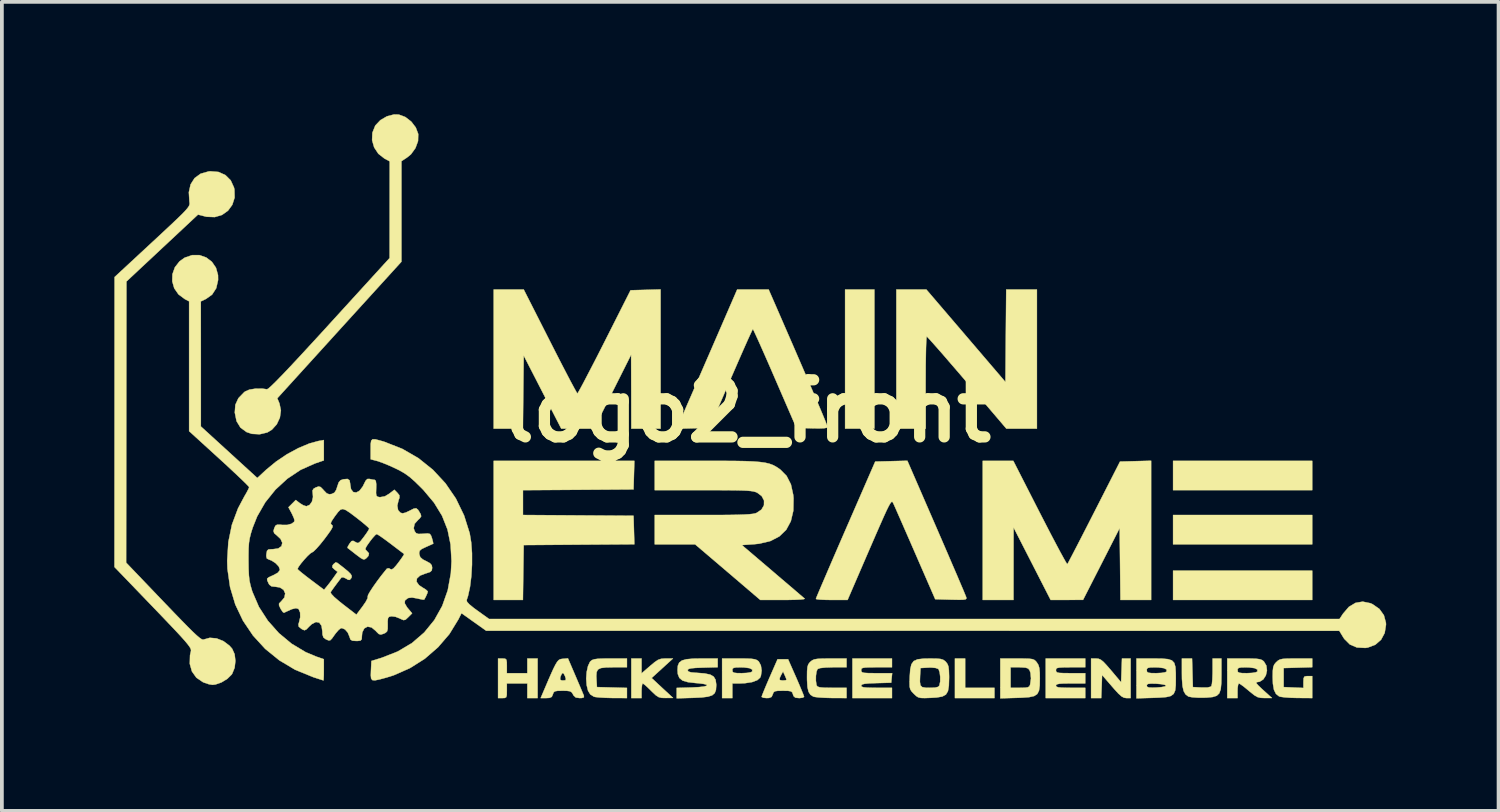
<source format=kicad_pcb>
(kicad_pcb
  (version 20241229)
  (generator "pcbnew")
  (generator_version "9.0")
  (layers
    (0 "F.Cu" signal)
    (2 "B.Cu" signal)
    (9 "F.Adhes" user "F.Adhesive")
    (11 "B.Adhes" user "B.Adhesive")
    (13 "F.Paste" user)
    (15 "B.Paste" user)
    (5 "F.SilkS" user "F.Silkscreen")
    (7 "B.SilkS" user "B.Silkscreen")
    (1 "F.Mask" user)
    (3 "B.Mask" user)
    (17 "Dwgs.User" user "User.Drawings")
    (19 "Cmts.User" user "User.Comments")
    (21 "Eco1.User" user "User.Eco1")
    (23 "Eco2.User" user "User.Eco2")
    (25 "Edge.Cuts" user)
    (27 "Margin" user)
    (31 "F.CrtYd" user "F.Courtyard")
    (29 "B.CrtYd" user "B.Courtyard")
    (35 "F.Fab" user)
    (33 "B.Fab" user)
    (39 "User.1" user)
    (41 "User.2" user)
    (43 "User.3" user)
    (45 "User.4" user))
  (footprint "logo2_front"
    (layer "F.Cu")
    (at 16.885 7.92)
    (property "Reference" "logo2_front" (at 0 0 0) (layer "F.SilkS") (effects (font (size 1.524 1.524) (thickness 0.3))))
    (attr through_hole)
    (fp_poly (pts (xy 3.4 0.469) (xy 2.618 0.469) (xy 2.618 -3.243) (xy 3.4 -3.243) (xy 3.4 0.469)) (stroke (width 0.01) (type solid)) (fill yes) (layer "F.SilkS"))
    (fp_poly (pts (xy 15.084 2.11) (xy 11.371 2.11) (xy 11.371 1.329) (xy 15.084 1.329) (xy 15.084 2.11)) (stroke (width 0.01) (type solid)) (fill yes) (layer "F.SilkS"))
    (fp_poly (pts (xy 15.084 3.556) (xy 11.371 3.556) (xy 11.371 2.774) (xy 15.084 2.774) (xy 15.084 3.556)) (stroke (width 0.01) (type solid)) (fill yes) (layer "F.SilkS"))
    (fp_poly (pts (xy 15.084 5.041) (xy 11.371 5.041) (xy 11.371 4.259) (xy 15.084 4.259) (xy 15.084 5.041)) (stroke (width 0.01) (type solid)) (fill yes) (layer "F.SilkS"))
    (fp_poly (pts (xy 5.822 7.386) (xy 6.604 7.386) (xy 6.604 7.659) (xy 5.549 7.659) (xy 5.549 6.604) (xy 5.822 6.604) (xy 5.822 7.386)) (stroke (width 0.01) (type solid)) (fill yes) (layer "F.SilkS"))
    (fp_poly (pts (xy -3.028 2.091) (xy -5.979 2.111) (xy -5.979 2.774) (xy -4.504 2.784) (xy -3.028 2.794) (xy -3.017 3.175) (xy -3.006 3.555) (xy -4.483 3.565) (xy -5.959 3.576) (xy -5.97 4.308) (xy -5.98 5.041) (xy -6.76 5.041) (xy -6.76 1.329) (xy -3.006 1.329) (xy -3.028 2.091)) (stroke (width 0.01) (type solid)) (fill yes) (layer "F.SilkS"))
    (fp_poly (pts (xy -6.456 6.608) (xy -6.422 6.635) (xy -6.41 6.703) (xy -6.409 6.799) (xy -6.409 6.995) (xy -5.862 6.995) (xy -5.862 6.604) (xy -5.588 6.604) (xy -5.588 7.659) (xy -5.862 7.659) (xy -5.862 7.268) (xy -6.409 7.268) (xy -6.409 7.464) (xy -6.411 7.579) (xy -6.427 7.637) (xy -6.468 7.657) (xy -6.526 7.659) (xy -6.643 7.659) (xy -6.643 6.604) (xy -6.526 6.604) (xy -6.456 6.608)) (stroke (width 0.01) (type solid)) (fill yes) (layer "F.SilkS"))
    (fp_poly (pts (xy 9.381 6.61) (xy 9.442 6.636) (xy 9.511 6.691) (xy 9.602 6.788) (xy 9.717 6.921) (xy 9.984 7.238) (xy 9.996 6.921) (xy 10.007 6.604) (xy 10.238 6.604) (xy 10.238 7.659) (xy 10.123 7.659) (xy 10.06 7.649) (xy 9.994 7.613) (xy 9.912 7.54) (xy 9.801 7.419) (xy 9.742 7.351) (xy 9.476 7.043) (xy 9.465 7.351) (xy 9.453 7.659) (xy 9.183 7.659) (xy 9.183 6.604) (xy 9.316 6.604) (xy 9.381 6.61)) (stroke (width 0.01) (type solid)) (fill yes) (layer "F.SilkS"))
    (fp_poly (pts (xy 7.737 0.469) (xy 6.922 0.469) (xy 5.874 -0.76) (xy 5.648 -1.024) (xy 5.437 -1.268) (xy 5.248 -1.488) (xy 5.084 -1.675) (xy 4.952 -1.824) (xy 4.857 -1.929) (xy 4.805 -1.984) (xy 4.797 -1.99) (xy 4.79 -1.954) (xy 4.783 -1.848) (xy 4.777 -1.682) (xy 4.773 -1.467) (xy 4.769 -1.21) (xy 4.768 -0.922) (xy 4.767 -0.762) (xy 4.767 0.469) (xy 3.986 0.469) (xy 3.986 -3.243) (xy 4.386 -3.243) (xy 4.787 -3.243) (xy 5.842 -2.01) (xy 6.897 -0.776) (xy 6.907 -2.01) (xy 6.918 -3.243) (xy 7.737 -3.243) (xy 7.737 0.469)) (stroke (width 0.01) (type solid)) (fill yes) (layer "F.SilkS"))
    (fp_poly (pts (xy -2.814 7) (xy -2.586 6.802) (xy -2.463 6.7) (xy -2.374 6.64) (xy -2.292 6.612) (xy -2.195 6.604) (xy -2.167 6.604) (xy -1.976 6.604) (xy -2.261 6.864) (xy -2.546 7.124) (xy -2.26 7.39) (xy -1.973 7.655) (xy -2.17 7.657) (xy -2.278 7.654) (xy -2.357 7.634) (xy -2.433 7.585) (xy -2.53 7.494) (xy -2.56 7.464) (xy -2.659 7.367) (xy -2.739 7.297) (xy -2.782 7.268) (xy -2.783 7.268) (xy -2.8 7.303) (xy -2.811 7.393) (xy -2.814 7.464) (xy -2.814 7.659) (xy -3.087 7.659) (xy -3.087 6.604) (xy -2.814 6.604) (xy -2.814 7)) (stroke (width 0.01) (type solid)) (fill yes) (layer "F.SilkS"))
    (fp_poly (pts (xy -3.204 6.838) (xy -3.571 6.838) (xy -3.767 6.842) (xy -3.898 6.858) (xy -3.976 6.896) (xy -4.013 6.965) (xy -4.021 7.073) (xy -4.017 7.158) (xy -4.005 7.366) (xy -3.605 7.377) (xy -3.204 7.388) (xy -3.204 7.659) (xy -3.605 7.657) (xy -3.782 7.652) (xy -3.936 7.643) (xy -4.047 7.631) (xy -4.085 7.622) (xy -4.181 7.562) (xy -4.241 7.466) (xy -4.278 7.316) (xy -4.291 7.141) (xy -4.278 6.963) (xy -4.243 6.805) (xy -4.191 6.694) (xy -4.177 6.678) (xy -4.135 6.645) (xy -4.075 6.624) (xy -3.983 6.611) (xy -3.843 6.605) (xy -3.654 6.604) (xy -3.204 6.604) (xy -3.204 6.838)) (stroke (width 0.01) (type solid)) (fill yes) (layer "F.SilkS"))
    (fp_poly (pts (xy 11.888 6.985) (xy 11.899 7.366) (xy 12.13 7.378) (xy 12.287 7.378) (xy 12.375 7.356) (xy 12.393 7.339) (xy 12.408 7.278) (xy 12.419 7.161) (xy 12.425 7.009) (xy 12.426 6.946) (xy 12.426 6.604) (xy 12.661 6.604) (xy 12.661 7.03) (xy 12.658 7.259) (xy 12.642 7.423) (xy 12.604 7.532) (xy 12.536 7.597) (xy 12.429 7.631) (xy 12.273 7.646) (xy 12.186 7.649) (xy 12.024 7.648) (xy 11.883 7.638) (xy 11.79 7.621) (xy 11.776 7.615) (xy 11.703 7.56) (xy 11.653 7.472) (xy 11.623 7.339) (xy 11.608 7.15) (xy 11.606 6.993) (xy 11.606 6.604) (xy 11.877 6.604) (xy 11.888 6.985)) (stroke (width 0.01) (type solid)) (fill yes) (layer "F.SilkS"))
    (fp_poly (pts (xy 9.027 6.838) (xy 8.636 6.838) (xy 8.458 6.84) (xy 8.344 6.845) (xy 8.28 6.857) (xy 8.252 6.878) (xy 8.245 6.912) (xy 8.245 6.917) (xy 8.251 6.952) (xy 8.276 6.975) (xy 8.336 6.988) (xy 8.444 6.993) (xy 8.615 6.995) (xy 8.636 6.995) (xy 9.027 6.995) (xy 9.027 7.268) (xy 8.636 7.268) (xy 8.454 7.27) (xy 8.337 7.277) (xy 8.272 7.292) (xy 8.247 7.315) (xy 8.245 7.327) (xy 8.258 7.354) (xy 8.305 7.372) (xy 8.4 7.381) (xy 8.555 7.385) (xy 8.636 7.386) (xy 9.027 7.386) (xy 9.027 7.659) (xy 7.972 7.659) (xy 7.972 6.604) (xy 9.027 6.604) (xy 9.027 6.838)) (stroke (width 0.01) (type solid)) (fill yes) (layer "F.SilkS"))
    (fp_poly (pts (xy -2.306 0.469) (xy -3.087 0.469) (xy -3.089 -0.518) (xy -3.092 -1.504) (xy -3.587 -0.518) (xy -4.083 0.469) (xy -4.957 0.469) (xy -5.959 -1.481) (xy -5.97 -0.506) (xy -5.98 0.469) (xy -6.76 0.469) (xy -6.76 -3.243) (xy -5.958 -3.243) (xy -5.255 -1.857) (xy -5.101 -1.554) (xy -4.957 -1.273) (xy -4.827 -1.023) (xy -4.716 -0.81) (xy -4.626 -0.643) (xy -4.563 -0.528) (xy -4.53 -0.473) (xy -4.526 -0.47) (xy -4.503 -0.503) (xy -4.449 -0.599) (xy -4.368 -0.75) (xy -4.264 -0.949) (xy -4.14 -1.187) (xy -4 -1.458) (xy -3.849 -1.755) (xy -3.803 -1.846) (xy -3.107 -3.224) (xy -2.706 -3.235) (xy -2.306 -3.246) (xy -2.306 0.469)) (stroke (width 0.01) (type solid)) (fill yes) (layer "F.SilkS"))
    (fp_poly (pts (xy 3.869 6.838) (xy 3.458 6.838) (xy 3.275 6.839) (xy 3.157 6.844) (xy 3.088 6.855) (xy 3.057 6.875) (xy 3.048 6.907) (xy 3.048 6.917) (xy 3.053 6.951) (xy 3.078 6.974) (xy 3.135 6.987) (xy 3.24 6.993) (xy 3.406 6.995) (xy 3.461 6.995) (xy 3.874 6.995) (xy 3.861 7.122) (xy 3.849 7.249) (xy 3.449 7.26) (xy 3.262 7.267) (xy 3.141 7.278) (xy 3.074 7.295) (xy 3.049 7.319) (xy 3.048 7.328) (xy 3.062 7.355) (xy 3.11 7.372) (xy 3.207 7.381) (xy 3.364 7.385) (xy 3.458 7.386) (xy 3.869 7.386) (xy 3.869 7.659) (xy 2.814 7.659) (xy 2.814 6.604) (xy 3.869 6.604) (xy 3.869 6.838)) (stroke (width 0.01) (type solid)) (fill yes) (layer "F.SilkS"))
    (fp_poly (pts (xy 10.785 5.041) (xy 9.966 5.041) (xy 9.956 4.082) (xy 9.945 3.124) (xy 9.457 4.081) (xy 8.968 5.039) (xy 8.536 5.04) (xy 8.104 5.041) (xy 7.609 4.074) (xy 7.114 3.107) (xy 7.112 5.041) (xy 6.291 5.041) (xy 6.291 1.329) (xy 7.107 1.329) (xy 7.816 2.719) (xy 7.972 3.021) (xy 8.116 3.3) (xy 8.247 3.548) (xy 8.358 3.757) (xy 8.448 3.921) (xy 8.511 4.033) (xy 8.545 4.084) (xy 8.548 4.086) (xy 8.571 4.048) (xy 8.624 3.947) (xy 8.705 3.792) (xy 8.81 3.59) (xy 8.934 3.349) (xy 9.074 3.076) (xy 9.225 2.78) (xy 9.263 2.706) (xy 9.955 1.348) (xy 10.785 1.326) (xy 10.785 5.041)) (stroke (width 0.01) (type solid)) (fill yes) (layer "F.SilkS"))
    (fp_poly (pts (xy 15.084 6.836) (xy 14.703 6.847) (xy 14.322 6.858) (xy 14.322 7.366) (xy 14.585 7.378) (xy 14.849 7.389) (xy 14.849 7.231) (xy 14.854 7.13) (xy 14.878 7.085) (xy 14.939 7.073) (xy 14.966 7.073) (xy 15.084 7.073) (xy 15.084 7.659) (xy 14.683 7.656) (xy 14.505 7.651) (xy 14.35 7.64) (xy 14.238 7.625) (xy 14.199 7.613) (xy 14.117 7.548) (xy 14.063 7.439) (xy 14.035 7.274) (xy 14.029 7.089) (xy 14.032 6.932) (xy 14.044 6.831) (xy 14.072 6.762) (xy 14.121 6.703) (xy 14.125 6.7) (xy 14.172 6.658) (xy 14.223 6.63) (xy 14.296 6.614) (xy 14.408 6.606) (xy 14.574 6.604) (xy 14.652 6.604) (xy 15.084 6.604) (xy 15.084 6.836)) (stroke (width 0.01) (type solid)) (fill yes) (layer "F.SilkS"))
    (fp_poly (pts (xy -0.017 6.605) (xy 0.119 6.611) (xy 0.208 6.624) (xy 0.266 6.646) (xy 0.309 6.679) (xy 0.313 6.682) (xy 0.37 6.787) (xy 0.391 6.926) (xy 0.371 7.065) (xy 0.351 7.113) (xy 0.275 7.181) (xy 0.136 7.233) (xy -0.051 7.262) (xy -0.186 7.268) (xy -0.391 7.268) (xy -0.391 7.659) (xy -0.664 7.659) (xy -0.664 6.917) (xy -0.391 6.917) (xy -0.383 6.959) (xy -0.347 6.983) (xy -0.267 6.993) (xy -0.139 6.995) (xy -0.001 6.988) (xy 0.1 6.971) (xy 0.139 6.951) (xy 0.14 6.898) (xy 0.067 6.861) (xy -0.075 6.842) (xy -0.166 6.839) (xy -0.294 6.842) (xy -0.361 6.855) (xy -0.388 6.885) (xy -0.391 6.917) (xy -0.664 6.917) (xy -0.664 6.604) (xy -0.215 6.604) (xy -0.017 6.605)) (stroke (width 0.01) (type solid)) (fill yes) (layer "F.SilkS"))
    (fp_poly (pts (xy 7.4 6.605) (xy 7.53 6.609) (xy 7.615 6.62) (xy 7.668 6.641) (xy 7.707 6.674) (xy 7.734 6.707) (xy 7.776 6.774) (xy 7.801 6.858) (xy 7.813 6.98) (xy 7.815 7.132) (xy 7.812 7.324) (xy 7.793 7.459) (xy 7.747 7.55) (xy 7.664 7.605) (xy 7.531 7.635) (xy 7.336 7.649) (xy 7.213 7.653) (xy 6.76 7.666) (xy 6.76 6.838) (xy 7.034 6.838) (xy 7.034 7.386) (xy 7.283 7.386) (xy 7.42 7.383) (xy 7.499 7.371) (xy 7.538 7.343) (xy 7.556 7.298) (xy 7.579 7.137) (xy 7.566 6.987) (xy 7.54 6.914) (xy 7.502 6.87) (xy 7.434 6.847) (xy 7.314 6.839) (xy 7.267 6.838) (xy 7.034 6.838) (xy 6.76 6.838) (xy 6.76 6.604) (xy 7.207 6.604) (xy 7.4 6.605)) (stroke (width 0.01) (type solid)) (fill yes) (layer "F.SilkS"))
    (fp_poly (pts (xy 2.657 6.838) (xy 2.294 6.838) (xy 2.094 6.844) (xy 1.955 6.859) (xy 1.885 6.884) (xy 1.884 6.885) (xy 1.855 6.953) (xy 1.839 7.067) (xy 1.838 7.194) (xy 1.853 7.302) (xy 1.86 7.324) (xy 1.885 7.353) (xy 1.941 7.372) (xy 2.044 7.382) (xy 2.205 7.385) (xy 2.271 7.386) (xy 2.657 7.386) (xy 2.657 7.659) (xy 2.257 7.657) (xy 2.079 7.652) (xy 1.923 7.643) (xy 1.81 7.629) (xy 1.771 7.62) (xy 1.694 7.572) (xy 1.643 7.492) (xy 1.614 7.367) (xy 1.603 7.184) (xy 1.602 7.102) (xy 1.604 6.936) (xy 1.614 6.829) (xy 1.636 6.759) (xy 1.674 6.707) (xy 1.693 6.689) (xy 1.74 6.652) (xy 1.796 6.627) (xy 1.879 6.613) (xy 2.004 6.606) (xy 2.188 6.604) (xy 2.22 6.604) (xy 2.657 6.604) (xy 2.657 6.838)) (stroke (width 0.01) (type solid)) (fill yes) (layer "F.SilkS"))
    (fp_poly (pts (xy -0.782 6.836) (xy -1.182 6.847) (xy -1.368 6.854) (xy -1.488 6.865) (xy -1.555 6.881) (xy -1.581 6.905) (xy -1.583 6.917) (xy -1.562 6.952) (xy -1.492 6.973) (xy -1.358 6.985) (xy -1.348 6.985) (xy -1.132 7.002) (xy -0.982 7.033) (xy -0.888 7.088) (xy -0.838 7.172) (xy -0.821 7.293) (xy -0.821 7.324) (xy -0.829 7.443) (xy -0.862 7.528) (xy -0.93 7.586) (xy -1.044 7.622) (xy -1.215 7.643) (xy -1.43 7.653) (xy -1.876 7.666) (xy -1.876 7.388) (xy -1.478 7.377) (xy -1.275 7.366) (xy -1.138 7.349) (xy -1.07 7.328) (xy -1.072 7.305) (xy -1.148 7.283) (xy -1.298 7.264) (xy -1.372 7.258) (xy -1.579 7.234) (xy -1.72 7.192) (xy -1.805 7.122) (xy -1.846 7.019) (xy -1.854 6.912) (xy -1.845 6.796) (xy -1.809 6.712) (xy -1.735 6.656) (xy -1.615 6.623) (xy -1.436 6.607) (xy -1.227 6.604) (xy -0.782 6.604) (xy -0.782 6.836)) (stroke (width 0.01) (type solid)) (fill yes) (layer "F.SilkS"))
    (fp_poly (pts (xy -4.577 7.068) (xy -4.5 7.249) (xy -4.432 7.408) (xy -4.382 7.528) (xy -4.354 7.594) (xy -4.353 7.598) (xy -4.353 7.64) (xy -4.407 7.657) (xy -4.464 7.659) (xy -4.568 7.645) (xy -4.628 7.59) (xy -4.643 7.561) (xy -4.676 7.507) (xy -4.725 7.477) (xy -4.813 7.465) (xy -4.922 7.464) (xy -5.053 7.466) (xy -5.127 7.479) (xy -5.163 7.511) (xy -5.181 7.561) (xy -5.21 7.627) (xy -5.269 7.654) (xy -5.356 7.659) (xy -5.506 7.659) (xy -5.452 7.532) (xy -5.333 7.254) (xy -5.296 7.168) (xy -4.988 7.168) (xy -4.943 7.189) (xy -4.91 7.19) (xy -4.846 7.184) (xy -4.833 7.15) (xy -4.857 7.073) (xy -4.897 6.997) (xy -4.934 6.996) (xy -4.971 7.072) (xy -4.981 7.102) (xy -4.988 7.168) (xy -5.296 7.168) (xy -5.24 7.039) (xy -5.168 6.879) (xy -5.111 6.766) (xy -5.066 6.692) (xy -5.026 6.647) (xy -4.988 6.624) (xy -4.946 6.615) (xy -4.917 6.612) (xy -4.778 6.6) (xy -4.577 7.068)) (stroke (width 0.01) (type solid)) (fill yes) (layer "F.SilkS"))
    (fp_poly (pts (xy 0.753 -2.843) (xy 1.002 -2.27) (xy 1.231 -1.744) (xy 1.436 -1.27) (xy 1.618 -0.848) (xy 1.776 -0.481) (xy 1.907 -0.174) (xy 2.011 0.073) (xy 2.087 0.257) (xy 2.133 0.374) (xy 2.149 0.422) (xy 2.149 0.423) (xy 2.129 0.445) (xy 2.06 0.458) (xy 1.933 0.463) (xy 1.739 0.461) (xy 1.734 0.46) (xy 1.318 0.449) (xy 0.747 -0.869) (xy 0.617 -1.169) (xy 0.496 -1.445) (xy 0.388 -1.689) (xy 0.297 -1.893) (xy 0.225 -2.049) (xy 0.178 -2.15) (xy 0.157 -2.187) (xy 0.157 -2.188) (xy 0.137 -2.153) (xy 0.091 -2.054) (xy 0.02 -1.899) (xy -0.07 -1.697) (xy -0.177 -1.454) (xy -0.297 -1.179) (xy -0.427 -0.88) (xy -0.432 -0.869) (xy -1.001 0.449) (xy -1.876 0.471) (xy -1.785 0.265) (xy -1.751 0.187) (xy -1.689 0.045) (xy -1.604 -0.152) (xy -1.498 -0.395) (xy -1.375 -0.677) (xy -1.24 -0.99) (xy -1.095 -1.324) (xy -0.978 -1.592) (xy -0.262 -3.243) (xy 0.578 -3.243) (xy 0.753 -2.843)) (stroke (width 0.01) (type solid)) (fill yes) (layer "F.SilkS"))
    (fp_poly (pts (xy 1.311 7.108) (xy 1.389 7.289) (xy 1.454 7.444) (xy 1.501 7.559) (xy 1.523 7.621) (xy 1.524 7.626) (xy 1.49 7.648) (xy 1.405 7.659) (xy 1.388 7.659) (xy 1.291 7.649) (xy 1.243 7.607) (xy 1.227 7.561) (xy 1.208 7.508) (xy 1.171 7.479) (xy 1.095 7.466) (xy 0.962 7.464) (xy 0.957 7.464) (xy 0.822 7.466) (xy 0.746 7.478) (xy 0.708 7.507) (xy 0.688 7.559) (xy 0.687 7.561) (xy 0.656 7.629) (xy 0.59 7.656) (xy 0.527 7.659) (xy 0.437 7.651) (xy 0.392 7.63) (xy 0.391 7.625) (xy 0.406 7.579) (xy 0.447 7.476) (xy 0.508 7.329) (xy 0.583 7.154) (xy 0.592 7.133) (xy 0.869 7.133) (xy 0.876 7.177) (xy 0.938 7.19) (xy 0.957 7.19) (xy 1.031 7.184) (xy 1.055 7.172) (xy 1.041 7.128) (xy 1.009 7.053) (xy 0.962 6.951) (xy 0.912 7.041) (xy 0.869 7.133) (xy 0.592 7.133) (xy 0.603 7.108) (xy 0.815 6.624) (xy 1.097 6.624) (xy 1.311 7.108)) (stroke (width 0.01) (type solid)) (fill yes) (layer "F.SilkS"))
    (fp_poly (pts (xy 11.072 6.606) (xy 11.233 6.62) (xy 11.339 6.654) (xy 11.402 6.72) (xy 11.433 6.827) (xy 11.443 6.985) (xy 11.444 7.125) (xy 11.442 7.318) (xy 11.427 7.455) (xy 11.387 7.547) (xy 11.311 7.603) (xy 11.187 7.633) (xy 11.005 7.647) (xy 10.84 7.653) (xy 10.394 7.666) (xy 10.394 7.327) (xy 10.668 7.327) (xy 10.68 7.36) (xy 10.728 7.377) (xy 10.826 7.381) (xy 10.932 7.378) (xy 11.067 7.366) (xy 11.157 7.348) (xy 11.186 7.327) (xy 11.145 7.305) (xy 11.048 7.287) (xy 10.922 7.276) (xy 10.783 7.273) (xy 10.705 7.281) (xy 10.672 7.304) (xy 10.668 7.327) (xy 10.394 7.327) (xy 10.394 6.917) (xy 10.668 6.917) (xy 10.676 6.959) (xy 10.712 6.983) (xy 10.792 6.993) (xy 10.92 6.995) (xy 11.058 6.988) (xy 11.159 6.971) (xy 11.198 6.951) (xy 11.198 6.898) (xy 11.126 6.861) (xy 10.983 6.842) (xy 10.893 6.839) (xy 10.765 6.842) (xy 10.697 6.855) (xy 10.671 6.885) (xy 10.668 6.917) (xy 10.394 6.917) (xy 10.394 6.604) (xy 10.844 6.604) (xy 11.072 6.606)) (stroke (width 0.01) (type solid)) (fill yes) (layer "F.SilkS"))
    (fp_poly (pts (xy 5.051 6.606) (xy 5.161 6.615) (xy 5.232 6.635) (xy 5.284 6.671) (xy 5.308 6.694) (xy 5.35 6.75) (xy 5.376 6.818) (xy 5.388 6.919) (xy 5.393 7.074) (xy 5.393 7.12) (xy 5.387 7.329) (xy 5.363 7.474) (xy 5.308 7.566) (xy 5.212 7.618) (xy 5.062 7.644) (xy 4.909 7.653) (xy 4.746 7.659) (xy 4.64 7.656) (xy 4.569 7.639) (xy 4.514 7.604) (xy 4.452 7.545) (xy 4.393 7.483) (xy 4.358 7.427) (xy 4.341 7.357) (xy 4.338 7.25) (xy 4.339 7.225) (xy 4.614 7.225) (xy 4.629 7.319) (xy 4.677 7.367) (xy 4.772 7.384) (xy 4.879 7.386) (xy 5.021 7.38) (xy 5.101 7.36) (xy 5.134 7.324) (xy 5.156 7.22) (xy 5.157 7.093) (xy 5.142 6.973) (xy 5.113 6.891) (xy 5.103 6.88) (xy 5.03 6.855) (xy 4.908 6.844) (xy 4.839 6.846) (xy 4.631 6.858) (xy 4.619 7.068) (xy 4.614 7.225) (xy 4.339 7.225) (xy 4.343 7.088) (xy 4.357 6.892) (xy 4.388 6.757) (xy 4.448 6.672) (xy 4.551 6.626) (xy 4.709 6.607) (xy 4.882 6.604) (xy 5.051 6.606)) (stroke (width 0.01) (type solid)) (fill yes) (layer "F.SilkS"))
    (fp_poly (pts (xy 13.465 6.605) (xy 13.601 6.611) (xy 13.69 6.624) (xy 13.748 6.646) (xy 13.791 6.679) (xy 13.794 6.682) (xy 13.86 6.793) (xy 13.876 6.924) (xy 13.847 7.053) (xy 13.779 7.16) (xy 13.681 7.223) (xy 13.628 7.231) (xy 13.593 7.239) (xy 13.597 7.268) (xy 13.649 7.327) (xy 13.752 7.425) (xy 13.775 7.445) (xy 14.009 7.657) (xy 13.814 7.658) (xy 13.707 7.653) (xy 13.623 7.632) (xy 13.537 7.582) (xy 13.425 7.493) (xy 13.39 7.463) (xy 13.277 7.37) (xy 13.185 7.301) (xy 13.131 7.269) (xy 13.127 7.268) (xy 13.106 7.303) (xy 13.093 7.393) (xy 13.091 7.464) (xy 13.091 7.659) (xy 12.817 7.659) (xy 12.817 6.917) (xy 13.091 6.917) (xy 13.099 6.959) (xy 13.134 6.983) (xy 13.215 6.993) (xy 13.342 6.995) (xy 13.481 6.988) (xy 13.581 6.971) (xy 13.621 6.951) (xy 13.621 6.898) (xy 13.548 6.861) (xy 13.406 6.842) (xy 13.315 6.839) (xy 13.188 6.842) (xy 13.12 6.855) (xy 13.094 6.885) (xy 13.091 6.917) (xy 12.817 6.917) (xy 12.817 6.604) (xy 13.267 6.604) (xy 13.465 6.605)) (stroke (width 0.01) (type solid)) (fill yes) (layer "F.SilkS"))
    (fp_poly (pts (xy 5.057 3.115) (xy 5.21 3.468) (xy 5.354 3.801) (xy 5.485 4.107) (xy 5.602 4.377) (xy 5.699 4.606) (xy 5.776 4.786) (xy 5.827 4.91) (xy 5.851 4.97) (xy 5.852 4.974) (xy 5.855 5.004) (xy 5.834 5.024) (xy 5.777 5.034) (xy 5.67 5.037) (xy 5.502 5.034) (xy 5.447 5.033) (xy 5.023 5.021) (xy 4.487 3.79) (xy 4.359 3.496) (xy 4.238 3.22) (xy 4.13 2.973) (xy 4.038 2.763) (xy 3.966 2.6) (xy 3.918 2.492) (xy 3.9 2.454) (xy 3.886 2.429) (xy 3.87 2.419) (xy 3.849 2.431) (xy 3.82 2.47) (xy 3.779 2.542) (xy 3.724 2.654) (xy 3.652 2.812) (xy 3.559 3.022) (xy 3.441 3.291) (xy 3.297 3.623) (xy 3.266 3.694) (xy 2.684 5.041) (xy 2.26 5.041) (xy 2.089 5.038) (xy 1.951 5.032) (xy 1.863 5.022) (xy 1.839 5.012) (xy 1.854 4.971) (xy 1.898 4.866) (xy 1.967 4.703) (xy 2.059 4.489) (xy 2.17 4.23) (xy 2.297 3.935) (xy 2.438 3.609) (xy 2.59 3.259) (xy 2.631 3.165) (xy 3.422 1.348) (xy 3.851 1.337) (xy 4.28 1.326) (xy 5.057 3.115)) (stroke (width 0.01) (type solid)) (fill yes) (layer "F.SilkS"))
    (fp_poly (pts (xy -9.292 -7.912) (xy -9.118 -7.847) (xy -8.96 -7.725) (xy -8.839 -7.567) (xy -8.774 -7.394) (xy -8.779 -7.206) (xy -8.848 -7.018) (xy -8.968 -6.852) (xy -9.076 -6.764) (xy -9.222 -6.669) (xy -9.222 -3.986) (xy -10.879 -2.164) (xy -12.535 -0.341) (xy -12.477 -0.202) (xy -12.439 -0.017) (xy -12.466 0.175) (xy -12.549 0.353) (xy -12.679 0.497) (xy -12.802 0.571) (xy -13.004 0.619) (xy -13.214 0.608) (xy -13.356 0.56) (xy -13.518 0.441) (xy -13.622 0.27) (xy -13.668 0.046) (xy -13.669 0.042) (xy -13.654 -0.167) (xy -13.573 -0.344) (xy -13.422 -0.5) (xy -13.394 -0.522) (xy -13.279 -0.572) (xy -13.117 -0.598) (xy -12.937 -0.599) (xy -12.81 -0.581) (xy -12.773 -0.601) (xy -12.694 -0.671) (xy -12.571 -0.791) (xy -12.403 -0.963) (xy -12.189 -1.188) (xy -11.928 -1.468) (xy -11.619 -1.803) (xy -11.259 -2.195) (xy -11.141 -2.325) (xy -9.537 -4.084) (xy -9.536 -5.374) (xy -9.535 -6.664) (xy -9.676 -6.74) (xy -9.839 -6.868) (xy -9.95 -7.037) (xy -10.005 -7.229) (xy -9.997 -7.427) (xy -9.923 -7.612) (xy -9.916 -7.624) (xy -9.783 -7.764) (xy -9.61 -7.865) (xy -9.421 -7.915) (xy -9.292 -7.912)) (stroke (width 0.01) (type solid)) (fill yes) (layer "F.SilkS"))
    (fp_poly (pts (xy -0.659 1.329) (xy -0.325 1.331) (xy -0.053 1.336) (xy 0.167 1.345) (xy 0.342 1.359) (xy 0.482 1.378) (xy 0.594 1.404) (xy 0.687 1.438) (xy 0.769 1.48) (xy 0.85 1.533) (xy 0.887 1.559) (xy 1.056 1.729) (xy 1.172 1.956) (xy 1.234 2.239) (xy 1.242 2.327) (xy 1.236 2.659) (xy 1.17 2.939) (xy 1.047 3.168) (xy 0.865 3.344) (xy 0.626 3.468) (xy 0.329 3.539) (xy 0.198 3.553) (xy -0.137 3.576) (xy 0.684 4.275) (xy 0.9 4.46) (xy 1.098 4.628) (xy 1.269 4.774) (xy 1.405 4.891) (xy 1.498 4.97) (xy 1.541 5.007) (xy 1.542 5.008) (xy 1.518 5.019) (xy 1.428 5.029) (xy 1.284 5.036) (xy 1.098 5.04) (xy 0.967 5.041) (xy 0.355 5.041) (xy -0.515 4.298) (xy -1.386 3.556) (xy -2.462 3.556) (xy -2.462 2.774) (xy -1.171 2.774) (xy -0.801 2.774) (xy -0.501 2.772) (xy -0.263 2.768) (xy -0.08 2.762) (xy 0.057 2.754) (xy 0.156 2.743) (xy 0.224 2.729) (xy 0.255 2.718) (xy 0.386 2.63) (xy 0.453 2.514) (xy 0.455 2.388) (xy 0.392 2.268) (xy 0.273 2.179) (xy 0.229 2.16) (xy 0.173 2.145) (xy 0.098 2.133) (xy -0.006 2.124) (xy -0.147 2.118) (xy -0.333 2.114) (xy -0.574 2.112) (xy -0.877 2.11) (xy -1.163 2.11) (xy -2.462 2.11) (xy -2.462 1.329) (xy -1.062 1.329) (xy -0.659 1.329)) (stroke (width 0.01) (type solid)) (fill yes) (layer "F.SilkS"))
    (fp_poly (pts (xy -14.105 -6.381) (xy -13.92 -6.298) (xy -13.778 -6.157) (xy -13.691 -5.966) (xy -13.679 -5.913) (xy -13.674 -5.696) (xy -13.736 -5.504) (xy -13.851 -5.347) (xy -14.011 -5.234) (xy -14.204 -5.177) (xy -14.419 -5.185) (xy -14.459 -5.194) (xy -14.651 -5.243) (xy -15.606 -4.351) (xy -16.561 -3.458) (xy -16.565 0.293) (xy -16.569 4.045) (xy -15.569 5.09) (xy -15.306 5.364) (xy -15.091 5.586) (xy -14.919 5.761) (xy -14.785 5.894) (xy -14.683 5.989) (xy -14.608 6.052) (xy -14.556 6.087) (xy -14.52 6.1) (xy -14.497 6.096) (xy -14.335 6.051) (xy -14.155 6.067) (xy -13.973 6.139) (xy -13.812 6.26) (xy -13.739 6.343) (xy -13.674 6.488) (xy -13.653 6.667) (xy -13.674 6.851) (xy -13.739 7.01) (xy -13.751 7.029) (xy -13.867 7.144) (xy -14.021 7.239) (xy -14.183 7.296) (xy -14.263 7.306) (xy -14.36 7.29) (xy -14.483 7.249) (xy -14.521 7.233) (xy -14.695 7.114) (xy -14.813 6.948) (xy -14.87 6.745) (xy -14.864 6.515) (xy -14.84 6.409) (xy -14.837 6.379) (xy -14.847 6.342) (xy -14.875 6.292) (xy -14.926 6.223) (xy -15.004 6.129) (xy -15.115 6.005) (xy -15.263 5.846) (xy -15.454 5.645) (xy -15.691 5.397) (xy -15.846 5.236) (xy -16.88 4.162) (xy -16.878 0.293) (xy -16.877 -3.576) (xy -15.866 -4.513) (xy -15.599 -4.761) (xy -15.384 -4.962) (xy -15.216 -5.121) (xy -15.088 -5.245) (xy -14.996 -5.34) (xy -14.934 -5.411) (xy -14.897 -5.464) (xy -14.879 -5.505) (xy -14.874 -5.541) (xy -14.878 -5.577) (xy -14.88 -5.588) (xy -14.895 -5.839) (xy -14.848 -6.05) (xy -14.742 -6.217) (xy -14.581 -6.334) (xy -14.37 -6.394) (xy -14.325 -6.399) (xy -14.105 -6.381)) (stroke (width 0.01) (type solid)) (fill yes) (layer "F.SilkS"))
    (fp_poly (pts (xy -9.914 0.755) (xy -9.784 0.789) (xy -9.666 0.825) (xy -9.196 1.01) (xy -8.766 1.259) (xy -8.382 1.567) (xy -8.047 1.928) (xy -7.768 2.336) (xy -7.55 2.787) (xy -7.4 3.263) (xy -7.36 3.507) (xy -7.339 3.793) (xy -7.339 4.1) (xy -7.357 4.407) (xy -7.392 4.692) (xy -7.445 4.934) (xy -7.481 5.043) (xy -7.472 5.089) (xy -7.41 5.158) (xy -7.29 5.256) (xy -7.194 5.326) (xy -6.883 5.549) (xy 15.813 5.549) (xy 15.908 5.405) (xy 16.062 5.226) (xy 16.239 5.119) (xy 16.432 5.086) (xy 16.636 5.128) (xy 16.693 5.153) (xy 16.876 5.28) (xy 16.997 5.449) (xy 17.051 5.651) (xy 17.053 5.702) (xy 17.018 5.922) (xy 16.921 6.103) (xy 16.769 6.235) (xy 16.569 6.311) (xy 16.499 6.321) (xy 16.276 6.309) (xy 16.089 6.229) (xy 15.94 6.08) (xy 15.908 6.031) (xy 15.807 5.864) (xy -6.961 5.862) (xy -7.29 5.628) (xy -7.619 5.394) (xy -7.702 5.559) (xy -7.942 5.951) (xy -8.245 6.303) (xy -8.599 6.61) (xy -8.997 6.861) (xy -9.428 7.051) (xy -9.619 7.111) (xy -9.804 7.161) (xy -9.926 7.186) (xy -9.997 7.18) (xy -10.031 7.137) (xy -10.039 7.053) (xy -10.035 6.929) (xy -10.023 6.669) (xy -9.75 6.585) (xy -9.32 6.416) (xy -8.94 6.19) (xy -8.614 5.909) (xy -8.344 5.578) (xy -8.134 5.202) (xy -7.986 4.784) (xy -7.903 4.329) (xy -7.885 4.005) (xy -7.91 3.563) (xy -7.992 3.163) (xy -8.138 2.794) (xy -8.351 2.446) (xy -8.636 2.106) (xy -8.694 2.047) (xy -8.863 1.881) (xy -9.002 1.759) (xy -9.132 1.665) (xy -9.274 1.583) (xy -9.378 1.532) (xy -9.547 1.455) (xy -9.71 1.388) (xy -9.841 1.34) (xy -9.877 1.33) (xy -10.043 1.287) (xy -10.043 1.014) (xy -10.042 0.876) (xy -10.029 0.791) (xy -9.991 0.753) (xy -9.914 0.755)) (stroke (width 0.01) (type solid)) (fill yes) (layer "F.SilkS"))
    (fp_poly (pts (xy -14.61 -4.161) (xy -14.431 -4.098) (xy -14.281 -3.984) (xy -14.172 -3.825) (xy -14.117 -3.63) (xy -14.115 -3.497) (xy -14.165 -3.278) (xy -14.275 -3.108) (xy -14.438 -2.992) (xy -14.576 -2.927) (xy -14.575 -1.258) (xy -14.575 0.41) (xy -13.821 1.098) (xy -13.068 1.786) (xy -12.836 1.57) (xy -12.572 1.352) (xy -12.279 1.154) (xy -11.974 0.989) (xy -11.679 0.865) (xy -11.44 0.8) (xy -11.293 0.773) (xy -11.293 1.317) (xy -11.532 1.399) (xy -11.913 1.569) (xy -12.267 1.805) (xy -12.585 2.098) (xy -12.857 2.437) (xy -13.073 2.813) (xy -13.192 3.112) (xy -13.239 3.263) (xy -13.271 3.391) (xy -13.291 3.517) (xy -13.301 3.664) (xy -13.304 3.855) (xy -13.304 3.986) (xy -13.301 4.214) (xy -13.293 4.385) (xy -13.278 4.523) (xy -13.251 4.648) (xy -13.212 4.784) (xy -13.196 4.831) (xy -13.025 5.227) (xy -12.787 5.595) (xy -12.493 5.926) (xy -12.154 6.208) (xy -11.779 6.433) (xy -11.498 6.551) (xy -11.293 6.622) (xy -11.293 6.906) (xy -11.294 7.044) (xy -11.298 7.144) (xy -11.302 7.188) (xy -11.303 7.188) (xy -11.342 7.176) (xy -11.436 7.146) (xy -11.566 7.104) (xy -11.586 7.097) (xy -12.056 6.905) (xy -12.481 6.652) (xy -12.858 6.346) (xy -13.183 5.991) (xy -13.45 5.595) (xy -13.656 5.162) (xy -13.795 4.698) (xy -13.865 4.21) (xy -13.872 3.994) (xy -13.841 3.495) (xy -13.746 3.033) (xy -13.583 2.597) (xy -13.422 2.293) (xy -13.353 2.173) (xy -13.304 2.079) (xy -13.286 2.031) (xy -13.314 1.996) (xy -13.392 1.917) (xy -13.514 1.799) (xy -13.672 1.65) (xy -13.858 1.476) (xy -14.065 1.286) (xy -14.087 1.266) (xy -14.888 0.536) (xy -14.888 -2.929) (xy -15.001 -2.987) (xy -15.172 -3.114) (xy -15.285 -3.277) (xy -15.338 -3.462) (xy -15.333 -3.653) (xy -15.268 -3.836) (xy -15.144 -3.995) (xy -15.005 -4.094) (xy -14.805 -4.162) (xy -14.61 -4.161)) (stroke (width 0.01) (type solid)) (fill yes) (layer "F.SilkS"))
    (fp_poly (pts (xy -10.069 1.813) (xy -9.978 1.832) (xy -9.935 1.836) (xy -9.906 1.864) (xy -9.894 1.954) (xy -9.896 2.061) (xy -9.9 2.188) (xy -9.891 2.256) (xy -9.861 2.286) (xy -9.801 2.298) (xy -9.796 2.299) (xy -9.662 2.275) (xy -9.548 2.206) (xy -9.41 2.1) (xy -9.33 2.181) (xy -9.277 2.247) (xy -9.275 2.314) (xy -9.298 2.377) (xy -9.333 2.524) (xy -9.311 2.645) (xy -9.251 2.712) (xy -9.192 2.73) (xy -9.11 2.71) (xy -9.004 2.66) (xy -8.896 2.605) (xy -8.83 2.594) (xy -8.78 2.633) (xy -8.72 2.731) (xy -8.71 2.747) (xy -8.695 2.808) (xy -8.735 2.867) (xy -8.768 2.895) (xy -8.87 3.008) (xy -8.895 3.127) (xy -8.869 3.207) (xy -8.83 3.258) (xy -8.77 3.279) (xy -8.664 3.276) (xy -8.637 3.274) (xy -8.524 3.266) (xy -8.463 3.279) (xy -8.43 3.327) (xy -8.407 3.394) (xy -8.382 3.485) (xy -8.373 3.536) (xy -8.373 3.539) (xy -8.411 3.557) (xy -8.498 3.596) (xy -8.57 3.628) (xy -8.681 3.681) (xy -8.735 3.727) (xy -8.749 3.784) (xy -8.746 3.819) (xy -8.72 3.899) (xy -8.649 3.961) (xy -8.568 4.002) (xy -8.462 4.059) (xy -8.413 4.115) (xy -8.402 4.183) (xy -8.412 4.252) (xy -8.455 4.294) (xy -8.553 4.327) (xy -8.572 4.332) (xy -8.726 4.391) (xy -8.809 4.468) (xy -8.818 4.555) (xy -8.752 4.647) (xy -8.655 4.712) (xy -8.568 4.766) (xy -8.522 4.81) (xy -8.519 4.818) (xy -8.535 4.871) (xy -8.571 4.952) (xy -8.608 5.02) (xy -8.617 5.033) (xy -8.657 5.031) (xy -8.747 5.013) (xy -8.803 5) (xy -8.939 4.976) (xy -9.033 4.987) (xy -9.062 5) (xy -9.129 5.057) (xy -9.133 5.131) (xy -9.074 5.234) (xy -9.04 5.275) (xy -8.937 5.398) (xy -9.039 5.5) (xy -9.109 5.565) (xy -9.162 5.58) (xy -9.234 5.551) (xy -9.27 5.533) (xy -9.383 5.489) (xy -9.487 5.476) (xy -9.496 5.477) (xy -9.553 5.491) (xy -9.581 5.529) (xy -9.589 5.609) (xy -9.588 5.693) (xy -9.589 5.814) (xy -9.606 5.881) (xy -9.65 5.92) (xy -9.695 5.941) (xy -9.771 5.965) (xy -9.827 5.949) (xy -9.894 5.883) (xy -9.908 5.866) (xy -10.02 5.773) (xy -10.127 5.753) (xy -10.214 5.8) (xy -10.268 5.908) (xy -10.277 6.001) (xy -10.282 6.087) (xy -10.313 6.125) (xy -10.391 6.135) (xy -10.43 6.135) (xy -10.532 6.128) (xy -10.582 6.097) (xy -10.608 6.024) (xy -10.608 6.022) (xy -10.655 5.91) (xy -10.728 5.827) (xy -10.809 5.792) (xy -10.842 5.797) (xy -10.898 5.841) (xy -10.973 5.927) (xy -11.009 5.976) (xy -11.078 6.073) (xy -11.124 6.118) (xy -11.169 6.12) (xy -11.236 6.091) (xy -11.244 6.087) (xy -11.304 6.041) (xy -11.329 5.962) (xy -11.332 5.883) (xy -11.354 5.731) (xy -11.414 5.646) (xy -11.504 5.629) (xy -11.614 5.685) (xy -11.684 5.75) (xy -11.757 5.826) (xy -11.807 5.85) (xy -11.86 5.831) (xy -11.895 5.809) (xy -11.963 5.752) (xy -11.971 5.69) (xy -11.956 5.644) (xy -11.923 5.503) (xy -11.926 5.375) (xy -11.965 5.286) (xy -11.974 5.278) (xy -12.039 5.26) (xy -12.148 5.287) (xy -12.308 5.359) (xy -12.356 5.383) (xy -12.389 5.362) (xy -12.437 5.291) (xy -12.448 5.272) (xy -12.488 5.185) (xy -12.488 5.136) (xy -12.445 5.091) (xy -12.435 5.083) (xy -12.345 4.976) (xy -12.324 4.866) (xy -12.367 4.771) (xy -12.467 4.707) (xy -12.583 4.689) (xy -12.688 4.678) (xy -12.749 4.632) (xy -12.772 4.59) (xy -12.804 4.516) (xy -12.806 4.472) (xy -12.764 4.437) (xy -12.668 4.392) (xy -12.641 4.381) (xy -12.52 4.314) (xy -12.469 4.248) (xy -12.466 4.225) (xy -12.47 4.215) (xy -11.995 4.215) (xy -11.964 4.247) (xy -11.884 4.315) (xy -11.766 4.408) (xy -11.64 4.504) (xy -11.287 4.769) (xy -11.213 4.68) (xy -11.143 4.592) (xy -11.059 4.479) (xy -11.032 4.441) (xy -10.926 4.291) (xy -11.01 4.226) (xy -11.066 4.172) (xy -11.062 4.123) (xy -11.038 4.088) (xy -10.978 4.038) (xy -10.933 4.051) (xy -10.762 4.183) (xy -10.646 4.279) (xy -10.578 4.347) (xy -10.549 4.397) (xy -10.552 4.438) (xy -10.561 4.457) (xy -10.601 4.505) (xy -10.647 4.502) (xy -10.7 4.469) (xy -10.776 4.436) (xy -10.822 4.441) (xy -10.874 4.507) (xy -10.948 4.605) (xy -11.025 4.709) (xy -11.086 4.795) (xy -11.112 4.834) (xy -11.094 4.879) (xy -11.016 4.962) (xy -10.881 5.078) (xy -10.782 5.157) (xy -10.424 5.433) (xy -10.255 5.208) (xy -10.172 5.086) (xy -10.125 4.995) (xy -10.121 4.947) (xy -10.111 4.906) (xy -10.061 4.818) (xy -9.981 4.695) (xy -9.88 4.552) (xy -9.768 4.402) (xy -9.653 4.258) (xy -9.608 4.204) (xy -9.556 4.195) (xy -9.522 4.215) (xy -9.484 4.228) (xy -9.435 4.2) (xy -9.364 4.122) (xy -9.302 4.042) (xy -9.222 3.933) (xy -9.168 3.852) (xy -9.15 3.815) (xy -9.15 3.814) (xy -9.185 3.788) (xy -9.268 3.725) (xy -9.388 3.634) (xy -9.506 3.544) (xy -9.648 3.438) (xy -9.767 3.353) (xy -9.851 3.298) (xy -9.884 3.282) (xy -9.923 3.312) (xy -9.992 3.388) (xy -10.066 3.483) (xy -10.144 3.594) (xy -10.18 3.66) (xy -10.178 3.701) (xy -10.148 3.731) (xy -10.089 3.797) (xy -10.103 3.865) (xy -10.155 3.923) (xy -10.197 3.954) (xy -10.24 3.958) (xy -10.302 3.926) (xy -10.401 3.853) (xy -10.438 3.825) (xy -10.545 3.741) (xy -10.625 3.679) (xy -10.661 3.651) (xy -10.661 3.651) (xy -10.652 3.615) (xy -10.61 3.543) (xy -10.607 3.539) (xy -10.555 3.471) (xy -10.509 3.463) (xy -10.454 3.493) (xy -10.403 3.52) (xy -10.36 3.515) (xy -10.309 3.467) (xy -10.23 3.365) (xy -10.225 3.359) (xy -10.149 3.253) (xy -10.097 3.171) (xy -10.082 3.136) (xy -10.111 3.102) (xy -10.191 3.031) (xy -10.308 2.935) (xy -10.433 2.837) (xy -10.592 2.717) (xy -10.704 2.643) (xy -10.784 2.614) (xy -10.848 2.63) (xy -10.911 2.692) (xy -10.991 2.798) (xy -11.013 2.829) (xy -11.082 2.932) (xy -11.108 2.992) (xy -11.095 3.026) (xy -11.077 3.039) (xy -11.057 3.063) (xy -11.066 3.108) (xy -11.109 3.184) (xy -11.192 3.301) (xy -11.282 3.422) (xy -11.394 3.562) (xy -11.494 3.675) (xy -11.57 3.749) (xy -11.607 3.771) (xy -11.653 3.799) (xy -11.73 3.871) (xy -11.819 3.968) (xy -11.904 4.07) (xy -11.968 4.158) (xy -11.995 4.213) (xy -11.995 4.215) (xy -12.47 4.215) (xy -12.498 4.145) (xy -12.58 4.059) (xy -12.688 3.989) (xy -12.757 3.963) (xy -12.814 3.934) (xy -12.829 3.869) (xy -12.825 3.813) (xy -12.809 3.729) (xy -12.771 3.693) (xy -12.686 3.687) (xy -12.658 3.687) (xy -12.51 3.667) (xy -12.423 3.606) (xy -12.401 3.517) (xy -12.447 3.413) (xy -12.544 3.322) (xy -12.617 3.259) (xy -12.636 3.201) (xy -12.617 3.13) (xy -12.586 3.061) (xy -12.541 3.033) (xy -12.453 3.033) (xy -12.411 3.038) (xy -12.268 3.038) (xy -12.153 3.007) (xy -12.085 2.954) (xy -12.075 2.919) (xy -12.092 2.857) (xy -12.136 2.759) (xy -12.156 2.719) (xy -12.237 2.568) (xy -12.042 2.373) (xy -11.936 2.456) (xy -11.843 2.514) (xy -11.761 2.54) (xy -11.758 2.54) (xy -11.672 2.505) (xy -11.609 2.416) (xy -11.582 2.295) (xy -11.587 2.219) (xy -11.596 2.124) (xy -11.566 2.072) (xy -11.506 2.038) (xy -11.433 2.013) (xy -11.379 2.027) (xy -11.315 2.091) (xy -11.295 2.115) (xy -11.217 2.195) (xy -11.149 2.221) (xy -11.085 2.213) (xy -11.011 2.178) (xy -10.963 2.104) (xy -10.934 2.015) (xy -10.896 1.903) (xy -10.846 1.846) (xy -10.774 1.821) (xy -10.663 1.811) (xy -10.607 1.847) (xy -10.59 1.939) (xy -10.59 1.949) (xy -10.567 2.085) (xy -10.509 2.161) (xy -10.429 2.174) (xy -10.339 2.125) (xy -10.254 2.013) (xy -10.231 1.966) (xy -10.178 1.86) (xy -10.132 1.813) (xy -10.078 1.811) (xy -10.069 1.813)) (stroke (width 0.01) (type solid)) (fill yes) (layer "F.SilkS")))
  (gr_rect
    (start -3 -3)
    (end 36.942 18.59)
    (stroke (width 0.1) (type default))
    (fill no)
    (layer "Edge.Cuts")))
</source>
